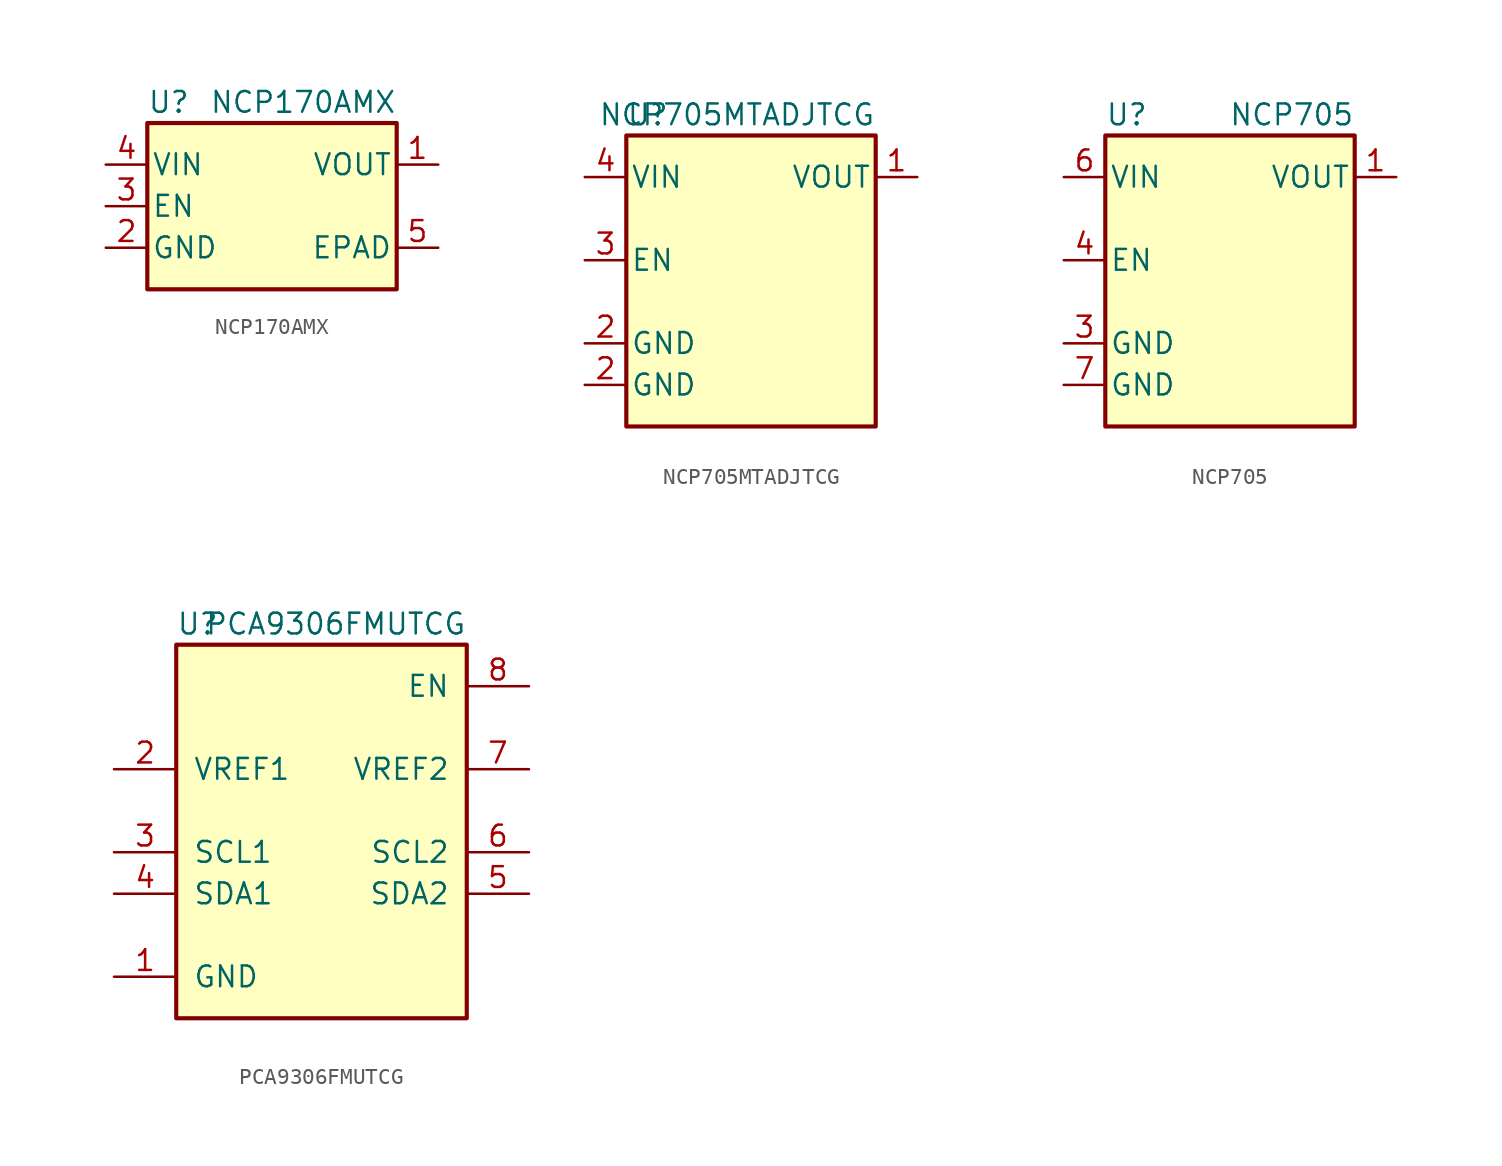
<source format=kicad_sym>
(kicad_symbol_lib
  (version 20211014)
  (generator kicad_symbol_editor)
  (symbol "NCP170AMX"
    (pin_names
      (offset 0.254))
    (property "Reference" "U"
      (at -7.62 6.35 0)
      (effects (font (size 1.27 1.27)) (justify left)))
    (property "Value" "NCP170AMX"
      (at 7.62 6.35 0)
      (effects (font (size 1.27 1.27)) (justify right)))
    (symbol "NCP170AMX_0_1"
      (rectangle (start -7.62 5.08) (end 7.62 -5.08) (stroke (width 0.254) (type default) (color 0 0 0 0)) (fill (type background))))
    (symbol "NCP170AMX_1_1"
      (pin power_out line (at 10.16 2.54 180) (length 2.54) (name "VOUT" (effects (font (size 1.27 1.27)))) (number "1" (effects (font (size 1.27 1.27)))))
      (pin power_in line (at -10.16 -2.54 0) (length 2.54) (name "GND" (effects (font (size 1.27 1.27)))) (number "2" (effects (font (size 1.27 1.27)))))
      (pin input line (at -10.16 0 0) (length 2.54) (name "EN" (effects (font (size 1.27 1.27)))) (number "3" (effects (font (size 1.27 1.27)))))
      (pin power_in line (at -10.16 2.54 0) (length 2.54) (name "VIN" (effects (font (size 1.27 1.27)))) (number "4" (effects (font (size 1.27 1.27)))))
      (pin passive line (at 10.16 -2.54 180) (length 2.54) (name "EPAD" (effects (font (size 1.27 1.27)))) (number "5" (effects (font (size 1.27 1.27)))))))
  (symbol "NCP705MTADJTCG"
    (pin_names
      (offset 0.254))
    (property "Reference" "U"
      (at -7.62 6.35 0)
      (effects (font (size 1.27 1.27)) (justify left)))
    (property "Value" "NCP705MTADJTCG"
      (at 7.62 6.35 0)
      (effects (font (size 1.27 1.27)) (justify right)))
    (symbol "NCP705MTADJTCG_0_1"
      (rectangle (start -7.62 5.08) (end 7.62 -12.7) (stroke (width 0.254) (type default) (color 0 0 0 0)) (fill (type background))))
    (symbol "NCP705MTADJTCG_1_1"
      (pin power_out line (at 10.16 2.54 180) (length 2.54) (name "VOUT" (effects (font (size 1.27 1.27)))) (number "1" (effects (font (size 1.27 1.27)))))
      (pin power_in line (at -10.16 -10.16 0) (length 2.54) (name "GND" (effects (font (size 1.27 1.27)))) (number "2" (effects (font (size 1.27 1.27)))))
      (pin power_in line (at -10.16 -7.62 0) (length 2.54) (name "GND" (effects (font (size 1.27 1.27)))) (number "2" (effects (font (size 1.27 1.27)))))
      (pin input line (at -10.16 -2.54 0) (length 2.54) (name "EN" (effects (font (size 1.27 1.27)))) (number "3" (effects (font (size 1.27 1.27)))))
      (pin power_in line (at -10.16 2.54 0) (length 2.54) (name "VIN" (effects (font (size 1.27 1.27)))) (number "4" (effects (font (size 1.27 1.27)))))
      (pin no_connect line (at 10.16 -2.54 180) (length 2.54) hide (name "NC" (effects (font (size 1.27 1.27)))) (number "5" (effects (font (size 1.27 1.27)))))))
  (symbol "NCP705"
    (pin_names
      (offset 0.254))
    (property "Reference" "U"
      (at -7.62 6.35 0)
      (effects (font (size 1.27 1.27)) (justify left)))
    (property "Value" "NCP705"
      (at 7.62 6.35 0)
      (effects (font (size 1.27 1.27)) (justify right)))
    (symbol "NCP705_0_1"
      (rectangle (start -7.62 5.08) (end 7.62 -12.7) (stroke (width 0.254) (type default) (color 0 0 0 0)) (fill (type background))))
    (symbol "NCP705_1_1"
      (pin power_out line (at 10.16 2.54 180) (length 2.54) (name "VOUT" (effects (font (size 1.27 1.27)))) (number "1" (effects (font (size 1.27 1.27)))))
      (pin no_connect line (at 10.16 -2.54 180) (length 2.54) hide (name "NC" (effects (font (size 1.27 1.27)))) (number "2" (effects (font (size 1.27 1.27)))))
      (pin power_in line (at -10.16 -7.62 0) (length 2.54) (name "GND" (effects (font (size 1.27 1.27)))) (number "3" (effects (font (size 1.27 1.27)))))
      (pin input line (at -10.16 -2.54 0) (length 2.54) (name "EN" (effects (font (size 1.27 1.27)))) (number "4" (effects (font (size 1.27 1.27)))))
      (pin no_connect line (at 10.16 -5.08 180) (length 2.54) hide (name "NC" (effects (font (size 1.27 1.27)))) (number "5" (effects (font (size 1.27 1.27)))))
      (pin power_in line (at -10.16 2.54 0) (length 2.54) (name "VIN" (effects (font (size 1.27 1.27)))) (number "6" (effects (font (size 1.27 1.27)))))
      (pin power_in line (at -10.16 -10.16 0) (length 2.54) (name "GND" (effects (font (size 1.27 1.27)))) (number "7" (effects (font (size 1.27 1.27)))))))
  (symbol "PCA9306FMUTCG"
    (pin_names
      (offset 1.016))
    (property "Reference" "U"
      (at -8.89 11.43 0)
      (effects (font (size 1.27 1.27)) (justify left)))
    (property "Value" "PCA9306FMUTCG"
      (at 8.89 11.43 0)
      (effects (font (size 1.27 1.27)) (justify right)))
    (symbol "PCA9306FMUTCG_0_1"
      (rectangle (start 8.89 10.16) (end -8.89 -12.7) (stroke (width 0.254) (type default) (color 0 0 0 0)) (fill (type background))))
    (symbol "PCA9306FMUTCG_1_1"
      (pin power_in line (at -12.7 -10.16 0) (length 3.81) (name "GND" (effects (font (size 1.27 1.27)))) (number "1" (effects (font (size 1.27 1.27)))))
      (pin passive line (at -12.7 2.54 0) (length 3.81) (name "VREF1" (effects (font (size 1.27 1.27)))) (number "2" (effects (font (size 1.27 1.27)))))
      (pin input line (at -12.7 -2.54 0) (length 3.81) (name "SCL1" (effects (font (size 1.27 1.27)))) (number "3" (effects (font (size 1.27 1.27)))))
      (pin bidirectional line (at -12.7 -5.08 0) (length 3.81) (name "SDA1" (effects (font (size 1.27 1.27)))) (number "4" (effects (font (size 1.27 1.27)))))
      (pin bidirectional line (at 12.7 -5.08 180) (length 3.81) (name "SDA2" (effects (font (size 1.27 1.27)))) (number "5" (effects (font (size 1.27 1.27)))))
      (pin output line (at 12.7 -2.54 180) (length 3.81) (name "SCL2" (effects (font (size 1.27 1.27)))) (number "6" (effects (font (size 1.27 1.27)))))
      (pin passive line (at 12.7 2.54 180) (length 3.81) (name "VREF2" (effects (font (size 1.27 1.27)))) (number "7" (effects (font (size 1.27 1.27)))))
      (pin input line (at 12.7 7.62 180) (length 3.81) (name "EN" (effects (font (size 1.27 1.27)))) (number "8" (effects (font (size 1.27 1.27))))))))
</source>
